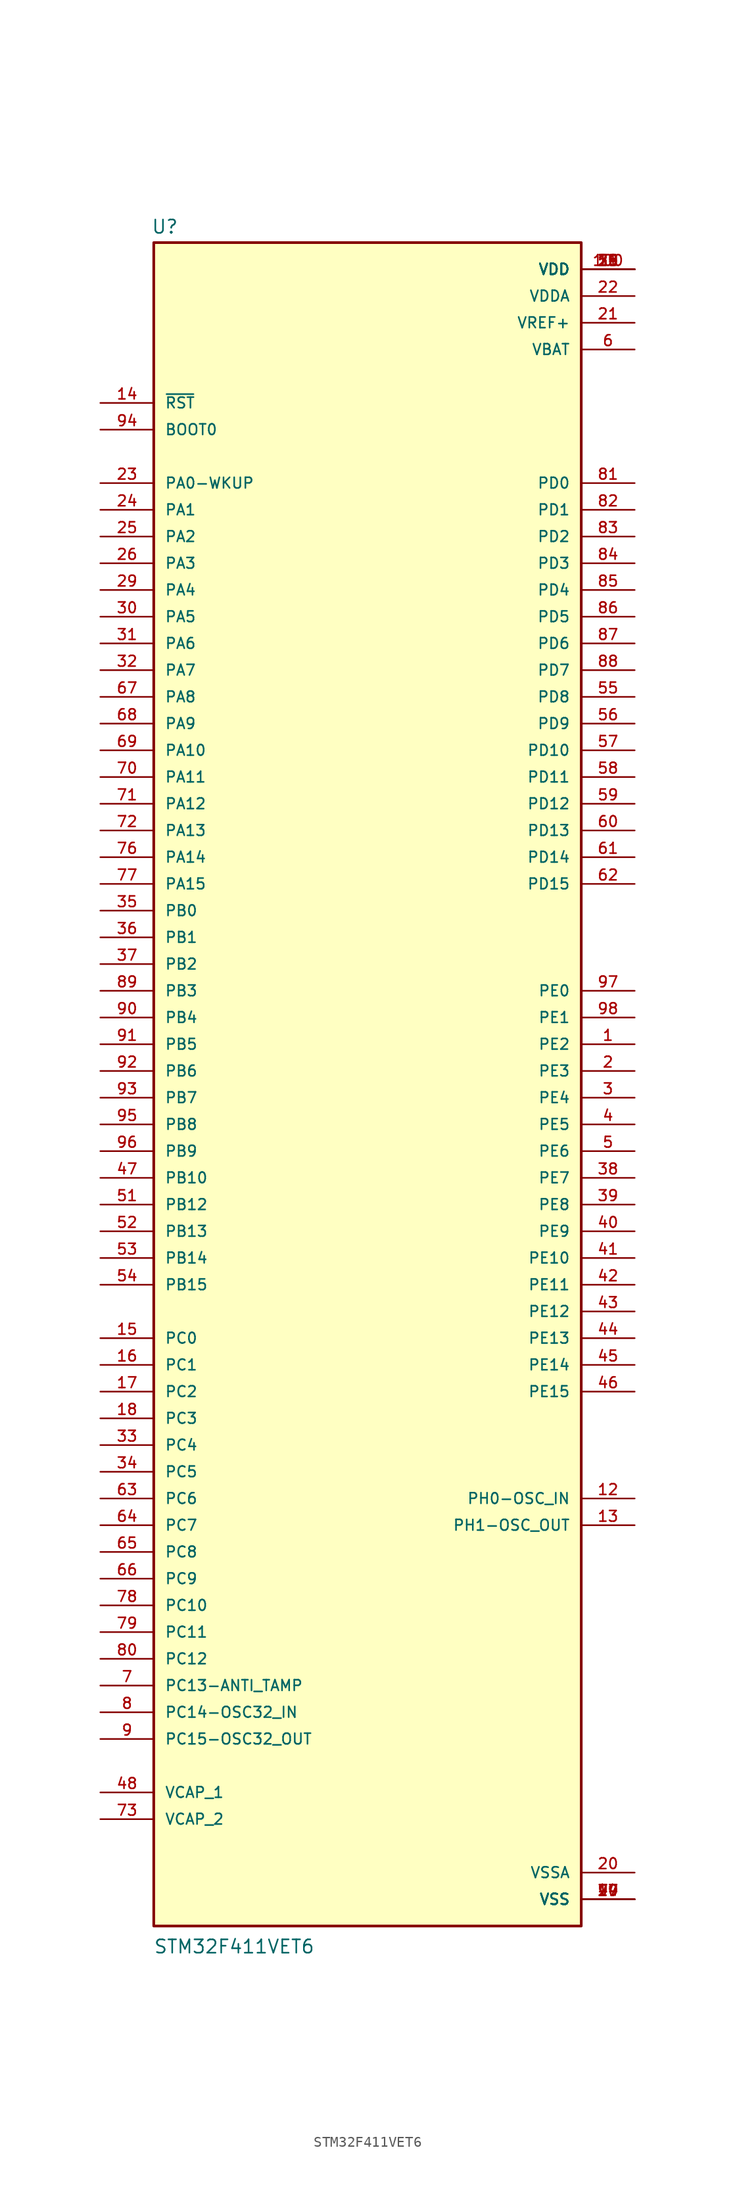
<source format=kicad_sym>
(kicad_symbol_lib
  (version 20211014)
  (generator kicad_symbol_editor)
  (symbol "STM32F411VET6"
    (pin_names
      (offset 1.016))
    (property "Reference" "U"
      (at -20.574 79.502 0)
      (effects (font (size 1.27 1.27)) (justify bottom left)))
    (property "Value" "STM32F411VET6"
      (at -20.358 -83.978 0)
      (effects (font (size 1.27 1.27)) (justify bottom left)))
    (symbol "STM32F411VET6_0_0"
      (rectangle (start -20.32 -81.28) (end 20.32 78.74) (stroke (width 0.254)) (fill (type background)))
      (pin bidirectional line (at 25.4 2.54 180.0) (length 5.08) (name "PE2" (effects (font (size 1.016 1.016)))) (number "1" (effects (font (size 1.016 1.016)))))
      (pin bidirectional line (at 25.4 0.0 180.0) (length 5.08) (name "PE3" (effects (font (size 1.016 1.016)))) (number "2" (effects (font (size 1.016 1.016)))))
      (pin bidirectional line (at 25.4 -2.54 180.0) (length 5.08) (name "PE4" (effects (font (size 1.016 1.016)))) (number "3" (effects (font (size 1.016 1.016)))))
      (pin bidirectional line (at 25.4 -5.08 180.0) (length 5.08) (name "PE5" (effects (font (size 1.016 1.016)))) (number "4" (effects (font (size 1.016 1.016)))))
      (pin bidirectional line (at 25.4 -7.62 180.0) (length 5.08) (name "PE6" (effects (font (size 1.016 1.016)))) (number "5" (effects (font (size 1.016 1.016)))))
      (pin power_in line (at 25.4 68.58 180.0) (length 5.08) (name "VBAT" (effects (font (size 1.016 1.016)))) (number "6" (effects (font (size 1.016 1.016)))))
      (pin bidirectional line (at -25.4 -58.42 0) (length 5.08) (name "PC13-ANTI_TAMP" (effects (font (size 1.016 1.016)))) (number "7" (effects (font (size 1.016 1.016)))))
      (pin bidirectional line (at -25.4 -60.96 0) (length 5.08) (name "PC14-OSC32_IN" (effects (font (size 1.016 1.016)))) (number "8" (effects (font (size 1.016 1.016)))))
      (pin bidirectional line (at -25.4 -63.5 0) (length 5.08) (name "PC15-OSC32_OUT" (effects (font (size 1.016 1.016)))) (number "9" (effects (font (size 1.016 1.016)))))
      (pin power_in line (at 25.4 -78.74 180.0) (length 5.08) (name "VSS" (effects (font (size 1.016 1.016)))) (number "10" (effects (font (size 1.016 1.016)))))
      (pin power_in line (at 25.4 -78.74 180.0) (length 5.08) (name "VSS" (effects (font (size 1.016 1.016)))) (number "27" (effects (font (size 1.016 1.016)))))
      (pin power_in line (at 25.4 -78.74 180.0) (length 5.08) (name "VSS" (effects (font (size 1.016 1.016)))) (number "49" (effects (font (size 1.016 1.016)))))
      (pin power_in line (at 25.4 -78.74 180.0) (length 5.08) (name "VSS" (effects (font (size 1.016 1.016)))) (number "74" (effects (font (size 1.016 1.016)))))
      (pin power_in line (at 25.4 -78.74 180.0) (length 5.08) (name "VSS" (effects (font (size 1.016 1.016)))) (number "99" (effects (font (size 1.016 1.016)))))
      (pin power_in line (at 25.4 76.2 180.0) (length 5.08) (name "VDD" (effects (font (size 1.016 1.016)))) (number "11" (effects (font (size 1.016 1.016)))))
      (pin power_in line (at 25.4 76.2 180.0) (length 5.08) (name "VDD" (effects (font (size 1.016 1.016)))) (number "19" (effects (font (size 1.016 1.016)))))
      (pin power_in line (at 25.4 76.2 180.0) (length 5.08) (name "VDD" (effects (font (size 1.016 1.016)))) (number "28" (effects (font (size 1.016 1.016)))))
      (pin power_in line (at 25.4 76.2 180.0) (length 5.08) (name "VDD" (effects (font (size 1.016 1.016)))) (number "50" (effects (font (size 1.016 1.016)))))
      (pin power_in line (at 25.4 76.2 180.0) (length 5.08) (name "VDD" (effects (font (size 1.016 1.016)))) (number "75" (effects (font (size 1.016 1.016)))))
      (pin power_in line (at 25.4 76.2 180.0) (length 5.08) (name "VDD" (effects (font (size 1.016 1.016)))) (number "100" (effects (font (size 1.016 1.016)))))
      (pin bidirectional line (at 25.4 -40.64 180.0) (length 5.08) (name "PH0-OSC_IN" (effects (font (size 1.016 1.016)))) (number "12" (effects (font (size 1.016 1.016)))))
      (pin bidirectional line (at 25.4 -43.18 180.0) (length 5.08) (name "PH1-OSC_OUT" (effects (font (size 1.016 1.016)))) (number "13" (effects (font (size 1.016 1.016)))))
      (pin input line (at -25.4 63.5 0) (length 5.08) (name "~{RST}" (effects (font (size 1.016 1.016)))) (number "14" (effects (font (size 1.016 1.016)))))
      (pin bidirectional line (at -25.4 -25.4 0) (length 5.08) (name "PC0" (effects (font (size 1.016 1.016)))) (number "15" (effects (font (size 1.016 1.016)))))
      (pin power_in line (at 25.4 -76.2 180.0) (length 5.08) (name "VSSA" (effects (font (size 1.016 1.016)))) (number "20" (effects (font (size 1.016 1.016)))))
      (pin power_in line (at 25.4 71.12 180.0) (length 5.08) (name "VREF+" (effects (font (size 1.016 1.016)))) (number "21" (effects (font (size 1.016 1.016)))))
      (pin power_in line (at 25.4 73.66 180.0) (length 5.08) (name "VDDA" (effects (font (size 1.016 1.016)))) (number "22" (effects (font (size 1.016 1.016)))))
      (pin bidirectional line (at -25.4 55.88 0) (length 5.08) (name "PA0-WKUP" (effects (font (size 1.016 1.016)))) (number "23" (effects (font (size 1.016 1.016)))))
      (pin bidirectional line (at -25.4 53.34 0) (length 5.08) (name "PA1" (effects (font (size 1.016 1.016)))) (number "24" (effects (font (size 1.016 1.016)))))
      (pin bidirectional line (at -25.4 50.8 0) (length 5.08) (name "PA2" (effects (font (size 1.016 1.016)))) (number "25" (effects (font (size 1.016 1.016)))))
      (pin bidirectional line (at -25.4 48.26 0) (length 5.08) (name "PA3" (effects (font (size 1.016 1.016)))) (number "26" (effects (font (size 1.016 1.016)))))
      (pin bidirectional line (at -25.4 -35.56 0) (length 5.08) (name "PC4" (effects (font (size 1.016 1.016)))) (number "33" (effects (font (size 1.016 1.016)))))
      (pin bidirectional line (at -25.4 -38.1 0) (length 5.08) (name "PC5" (effects (font (size 1.016 1.016)))) (number "34" (effects (font (size 1.016 1.016)))))
      (pin bidirectional line (at -25.4 15.24 0) (length 5.08) (name "PB0" (effects (font (size 1.016 1.016)))) (number "35" (effects (font (size 1.016 1.016)))))
      (pin bidirectional line (at -25.4 12.7 0) (length 5.08) (name "PB1" (effects (font (size 1.016 1.016)))) (number "36" (effects (font (size 1.016 1.016)))))
      (pin bidirectional line (at -25.4 10.16 0) (length 5.08) (name "PB2" (effects (font (size 1.016 1.016)))) (number "37" (effects (font (size 1.016 1.016)))))
      (pin bidirectional line (at 25.4 -10.16 180.0) (length 5.08) (name "PE7" (effects (font (size 1.016 1.016)))) (number "38" (effects (font (size 1.016 1.016)))))
      (pin bidirectional line (at 25.4 -12.7 180.0) (length 5.08) (name "PE8" (effects (font (size 1.016 1.016)))) (number "39" (effects (font (size 1.016 1.016)))))
      (pin bidirectional line (at 25.4 -15.24 180.0) (length 5.08) (name "PE9" (effects (font (size 1.016 1.016)))) (number "40" (effects (font (size 1.016 1.016)))))
      (pin bidirectional line (at 25.4 -17.78 180.0) (length 5.08) (name "PE10" (effects (font (size 1.016 1.016)))) (number "41" (effects (font (size 1.016 1.016)))))
      (pin bidirectional line (at 25.4 -20.32 180.0) (length 5.08) (name "PE11" (effects (font (size 1.016 1.016)))) (number "42" (effects (font (size 1.016 1.016)))))
      (pin bidirectional line (at 25.4 -22.86 180.0) (length 5.08) (name "PE12" (effects (font (size 1.016 1.016)))) (number "43" (effects (font (size 1.016 1.016)))))
      (pin bidirectional line (at -25.4 -10.16 0) (length 5.08) (name "PB10" (effects (font (size 1.016 1.016)))) (number "47" (effects (font (size 1.016 1.016)))))
      (pin passive line (at -25.4 -68.58 0) (length 5.08) (name "VCAP_1" (effects (font (size 1.016 1.016)))) (number "48" (effects (font (size 1.016 1.016)))))
      (pin bidirectional line (at -25.4 -12.7 0) (length 5.08) (name "PB12" (effects (font (size 1.016 1.016)))) (number "51" (effects (font (size 1.016 1.016)))))
      (pin bidirectional line (at -25.4 -15.24 0) (length 5.08) (name "PB13" (effects (font (size 1.016 1.016)))) (number "52" (effects (font (size 1.016 1.016)))))
      (pin bidirectional line (at -25.4 -17.78 0) (length 5.08) (name "PB14" (effects (font (size 1.016 1.016)))) (number "53" (effects (font (size 1.016 1.016)))))
      (pin bidirectional line (at -25.4 -20.32 0) (length 5.08) (name "PB15" (effects (font (size 1.016 1.016)))) (number "54" (effects (font (size 1.016 1.016)))))
      (pin bidirectional line (at 25.4 35.56 180.0) (length 5.08) (name "PD8" (effects (font (size 1.016 1.016)))) (number "55" (effects (font (size 1.016 1.016)))))
      (pin bidirectional line (at 25.4 33.02 180.0) (length 5.08) (name "PD9" (effects (font (size 1.016 1.016)))) (number "56" (effects (font (size 1.016 1.016)))))
      (pin bidirectional line (at 25.4 30.48 180.0) (length 5.08) (name "PD10" (effects (font (size 1.016 1.016)))) (number "57" (effects (font (size 1.016 1.016)))))
      (pin bidirectional line (at 25.4 27.94 180.0) (length 5.08) (name "PD11" (effects (font (size 1.016 1.016)))) (number "58" (effects (font (size 1.016 1.016)))))
      (pin bidirectional line (at 25.4 25.4 180.0) (length 5.08) (name "PD12" (effects (font (size 1.016 1.016)))) (number "59" (effects (font (size 1.016 1.016)))))
      (pin bidirectional line (at 25.4 22.86 180.0) (length 5.08) (name "PD13" (effects (font (size 1.016 1.016)))) (number "60" (effects (font (size 1.016 1.016)))))
      (pin bidirectional line (at 25.4 20.32 180.0) (length 5.08) (name "PD14" (effects (font (size 1.016 1.016)))) (number "61" (effects (font (size 1.016 1.016)))))
      (pin bidirectional line (at 25.4 17.78 180.0) (length 5.08) (name "PD15" (effects (font (size 1.016 1.016)))) (number "62" (effects (font (size 1.016 1.016)))))
      (pin bidirectional line (at -25.4 -40.64 0) (length 5.08) (name "PC6" (effects (font (size 1.016 1.016)))) (number "63" (effects (font (size 1.016 1.016)))))
      (pin bidirectional line (at -25.4 -43.18 0) (length 5.08) (name "PC7" (effects (font (size 1.016 1.016)))) (number "64" (effects (font (size 1.016 1.016)))))
      (pin bidirectional line (at -25.4 -45.72 0) (length 5.08) (name "PC8" (effects (font (size 1.016 1.016)))) (number "65" (effects (font (size 1.016 1.016)))))
      (pin bidirectional line (at -25.4 -48.26 0) (length 5.08) (name "PC9" (effects (font (size 1.016 1.016)))) (number "66" (effects (font (size 1.016 1.016)))))
      (pin bidirectional line (at -25.4 35.56 0) (length 5.08) (name "PA8" (effects (font (size 1.016 1.016)))) (number "67" (effects (font (size 1.016 1.016)))))
      (pin bidirectional line (at -25.4 33.02 0) (length 5.08) (name "PA9" (effects (font (size 1.016 1.016)))) (number "68" (effects (font (size 1.016 1.016)))))
      (pin bidirectional line (at -25.4 30.48 0) (length 5.08) (name "PA10" (effects (font (size 1.016 1.016)))) (number "69" (effects (font (size 1.016 1.016)))))
      (pin bidirectional line (at -25.4 27.94 0) (length 5.08) (name "PA11" (effects (font (size 1.016 1.016)))) (number "70" (effects (font (size 1.016 1.016)))))
      (pin bidirectional line (at -25.4 25.4 0) (length 5.08) (name "PA12" (effects (font (size 1.016 1.016)))) (number "71" (effects (font (size 1.016 1.016)))))
      (pin bidirectional line (at -25.4 22.86 0) (length 5.08) (name "PA13" (effects (font (size 1.016 1.016)))) (number "72" (effects (font (size 1.016 1.016)))))
      (pin passive line (at -25.4 -71.12 0) (length 5.08) (name "VCAP_2" (effects (font (size 1.016 1.016)))) (number "73" (effects (font (size 1.016 1.016)))))
      (pin bidirectional line (at -25.4 20.32 0) (length 5.08) (name "PA14" (effects (font (size 1.016 1.016)))) (number "76" (effects (font (size 1.016 1.016)))))
      (pin bidirectional line (at -25.4 17.78 0) (length 5.08) (name "PA15" (effects (font (size 1.016 1.016)))) (number "77" (effects (font (size 1.016 1.016)))))
      (pin bidirectional line (at -25.4 -50.8 0) (length 5.08) (name "PC10" (effects (font (size 1.016 1.016)))) (number "78" (effects (font (size 1.016 1.016)))))
      (pin bidirectional line (at -25.4 -53.34 0) (length 5.08) (name "PC11" (effects (font (size 1.016 1.016)))) (number "79" (effects (font (size 1.016 1.016)))))
      (pin bidirectional line (at -25.4 -55.88 0) (length 5.08) (name "PC12" (effects (font (size 1.016 1.016)))) (number "80" (effects (font (size 1.016 1.016)))))
      (pin bidirectional line (at 25.4 55.88 180.0) (length 5.08) (name "PD0" (effects (font (size 1.016 1.016)))) (number "81" (effects (font (size 1.016 1.016)))))
      (pin bidirectional line (at 25.4 53.34 180.0) (length 5.08) (name "PD1" (effects (font (size 1.016 1.016)))) (number "82" (effects (font (size 1.016 1.016)))))
      (pin bidirectional line (at 25.4 50.8 180.0) (length 5.08) (name "PD2" (effects (font (size 1.016 1.016)))) (number "83" (effects (font (size 1.016 1.016)))))
      (pin bidirectional line (at 25.4 48.26 180.0) (length 5.08) (name "PD3" (effects (font (size 1.016 1.016)))) (number "84" (effects (font (size 1.016 1.016)))))
      (pin bidirectional line (at 25.4 45.72 180.0) (length 5.08) (name "PD4" (effects (font (size 1.016 1.016)))) (number "85" (effects (font (size 1.016 1.016)))))
      (pin bidirectional line (at 25.4 43.18 180.0) (length 5.08) (name "PD5" (effects (font (size 1.016 1.016)))) (number "86" (effects (font (size 1.016 1.016)))))
      (pin bidirectional line (at 25.4 40.64 180.0) (length 5.08) (name "PD6" (effects (font (size 1.016 1.016)))) (number "87" (effects (font (size 1.016 1.016)))))
      (pin bidirectional line (at 25.4 38.1 180.0) (length 5.08) (name "PD7" (effects (font (size 1.016 1.016)))) (number "88" (effects (font (size 1.016 1.016)))))
      (pin bidirectional line (at -25.4 7.62 0) (length 5.08) (name "PB3" (effects (font (size 1.016 1.016)))) (number "89" (effects (font (size 1.016 1.016)))))
      (pin bidirectional line (at -25.4 5.08 0) (length 5.08) (name "PB4" (effects (font (size 1.016 1.016)))) (number "90" (effects (font (size 1.016 1.016)))))
      (pin bidirectional line (at -25.4 2.54 0) (length 5.08) (name "PB5" (effects (font (size 1.016 1.016)))) (number "91" (effects (font (size 1.016 1.016)))))
      (pin bidirectional line (at -25.4 0.0 0) (length 5.08) (name "PB6" (effects (font (size 1.016 1.016)))) (number "92" (effects (font (size 1.016 1.016)))))
      (pin bidirectional line (at -25.4 -2.54 0) (length 5.08) (name "PB7" (effects (font (size 1.016 1.016)))) (number "93" (effects (font (size 1.016 1.016)))))
      (pin input line (at -25.4 60.96 0) (length 5.08) (name "BOOT0" (effects (font (size 1.016 1.016)))) (number "94" (effects (font (size 1.016 1.016)))))
      (pin bidirectional line (at -25.4 -5.08 0) (length 5.08) (name "PB8" (effects (font (size 1.016 1.016)))) (number "95" (effects (font (size 1.016 1.016)))))
      (pin bidirectional line (at -25.4 -7.62 0) (length 5.08) (name "PB9" (effects (font (size 1.016 1.016)))) (number "96" (effects (font (size 1.016 1.016)))))
      (pin bidirectional line (at 25.4 7.62 180.0) (length 5.08) (name "PE0" (effects (font (size 1.016 1.016)))) (number "97" (effects (font (size 1.016 1.016)))))
      (pin bidirectional line (at 25.4 5.08 180.0) (length 5.08) (name "PE1" (effects (font (size 1.016 1.016)))) (number "98" (effects (font (size 1.016 1.016)))))
      (pin bidirectional line (at -25.4 -27.94 0) (length 5.08) (name "PC1" (effects (font (size 1.016 1.016)))) (number "16" (effects (font (size 1.016 1.016)))))
      (pin bidirectional line (at -25.4 -30.48 0) (length 5.08) (name "PC2" (effects (font (size 1.016 1.016)))) (number "17" (effects (font (size 1.016 1.016)))))
      (pin bidirectional line (at -25.4 -33.02 0) (length 5.08) (name "PC3" (effects (font (size 1.016 1.016)))) (number "18" (effects (font (size 1.016 1.016)))))
      (pin bidirectional line (at -25.4 45.72 0) (length 5.08) (name "PA4" (effects (font (size 1.016 1.016)))) (number "29" (effects (font (size 1.016 1.016)))))
      (pin bidirectional line (at -25.4 43.18 0) (length 5.08) (name "PA5" (effects (font (size 1.016 1.016)))) (number "30" (effects (font (size 1.016 1.016)))))
      (pin bidirectional line (at -25.4 40.64 0) (length 5.08) (name "PA6" (effects (font (size 1.016 1.016)))) (number "31" (effects (font (size 1.016 1.016)))))
      (pin bidirectional line (at -25.4 38.1 0) (length 5.08) (name "PA7" (effects (font (size 1.016 1.016)))) (number "32" (effects (font (size 1.016 1.016)))))
      (pin bidirectional line (at 25.4 -25.4 180.0) (length 5.08) (name "PE13" (effects (font (size 1.016 1.016)))) (number "44" (effects (font (size 1.016 1.016)))))
      (pin bidirectional line (at 25.4 -27.94 180.0) (length 5.08) (name "PE14" (effects (font (size 1.016 1.016)))) (number "45" (effects (font (size 1.016 1.016)))))
      (pin bidirectional line (at 25.4 -30.48 180.0) (length 5.08) (name "PE15" (effects (font (size 1.016 1.016)))) (number "46" (effects (font (size 1.016 1.016))))))))
</source>
